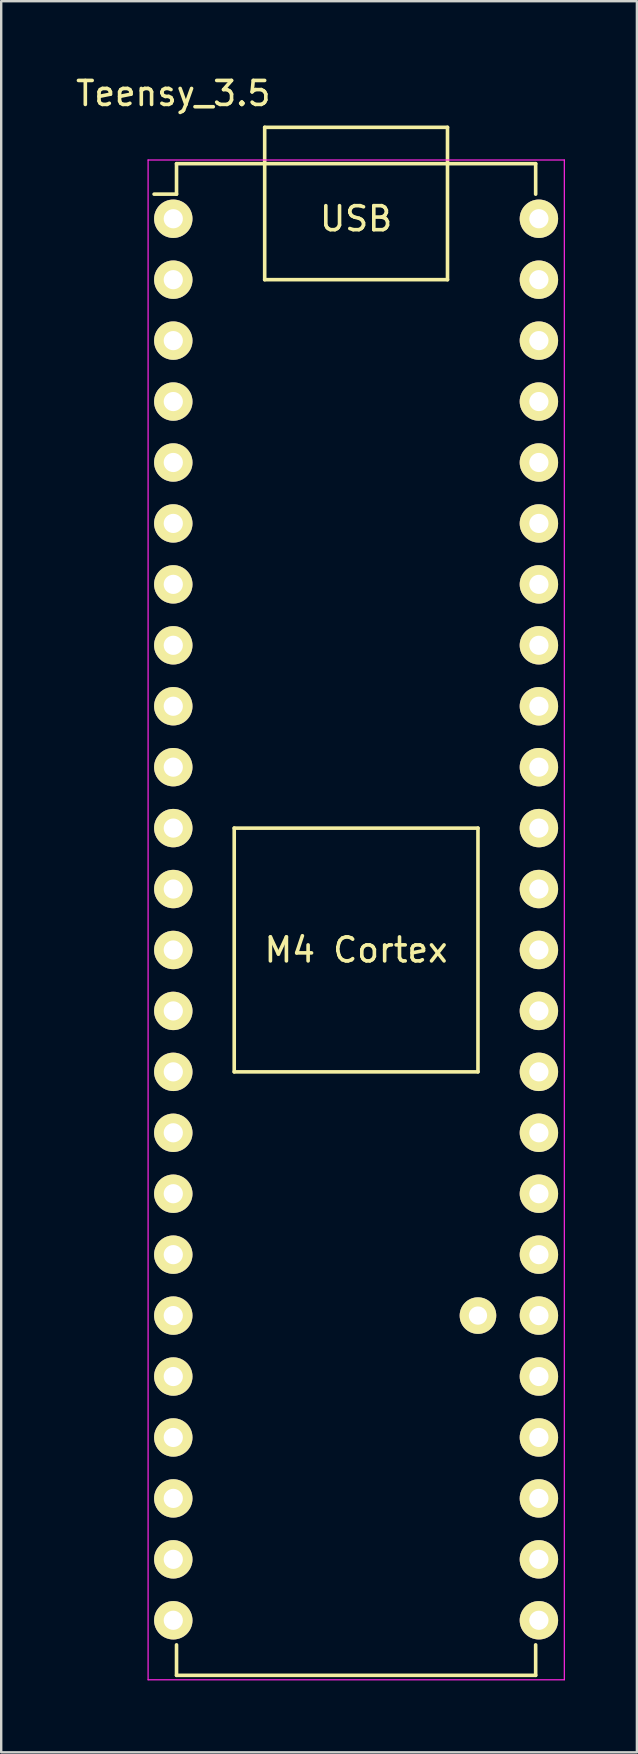
<source format=kicad_pcb>
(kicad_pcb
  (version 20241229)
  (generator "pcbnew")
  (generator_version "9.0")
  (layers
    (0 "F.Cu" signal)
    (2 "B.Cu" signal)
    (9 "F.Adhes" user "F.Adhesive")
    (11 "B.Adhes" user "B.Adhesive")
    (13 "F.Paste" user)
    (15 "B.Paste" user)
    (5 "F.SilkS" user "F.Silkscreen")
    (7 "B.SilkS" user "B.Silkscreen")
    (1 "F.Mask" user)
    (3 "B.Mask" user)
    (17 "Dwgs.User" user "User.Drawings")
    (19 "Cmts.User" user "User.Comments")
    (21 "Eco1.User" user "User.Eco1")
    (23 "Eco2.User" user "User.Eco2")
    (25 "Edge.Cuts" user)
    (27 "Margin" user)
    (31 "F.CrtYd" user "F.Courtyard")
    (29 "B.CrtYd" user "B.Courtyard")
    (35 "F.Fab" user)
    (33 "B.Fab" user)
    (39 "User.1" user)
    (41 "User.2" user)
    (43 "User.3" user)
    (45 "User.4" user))
  (footprint "Teensy_3.5"
    (layer "F.Cu")
    (at 4.173 6.068)
    (property "Reference" "Teensy_3.5" (at 0 -5.22 0) (layer "F.SilkS") (effects (font (size 1 1) (thickness 0.15))))
    (attr through_hole)
    (fp_line (start 0.135 -2.295) (end 0.135 -1.025) (stroke (width 0.15) (type solid)) (layer "F.SilkS"))
    (fp_line (start 0.135 -2.295) (end 15.105 -2.295) (stroke (width 0.15) (type solid)) (layer "F.SilkS"))
    (fp_line (start 0.135 -1.025) (end -0.8 -1.025) (stroke (width 0.15) (type solid)) (layer "F.SilkS"))
    (fp_line (start 0.135 60.715) (end 0.135 59.445) (stroke (width 0.15) (type solid)) (layer "F.SilkS"))
    (fp_line (start 0.135 60.715) (end 15.105 60.715) (stroke (width 0.15) (type solid)) (layer "F.SilkS"))
    (fp_line (start 2.54 25.4) (end 2.54 35.56) (stroke (width 0.15) (type solid)) (layer "F.SilkS"))
    (fp_line (start 2.54 35.56) (end 12.7 35.56) (stroke (width 0.15) (type solid)) (layer "F.SilkS"))
    (fp_line (start 3.81 -3.81) (end 3.81 2.54) (stroke (width 0.15) (type solid)) (layer "F.SilkS"))
    (fp_line (start 3.81 2.54) (end 11.43 2.54) (stroke (width 0.15) (type solid)) (layer "F.SilkS"))
    (fp_line (start 11.43 -3.81) (end 3.81 -3.81) (stroke (width 0.15) (type solid)) (layer "F.SilkS"))
    (fp_line (start 11.43 2.54) (end 11.43 -3.81) (stroke (width 0.15) (type solid)) (layer "F.SilkS"))
    (fp_line (start 12.7 25.4) (end 2.54 25.4) (stroke (width 0.15) (type solid)) (layer "F.SilkS"))
    (fp_line (start 12.7 25.4) (end 12.7 35.56) (stroke (width 0.15) (type solid)) (layer "F.SilkS"))
    (fp_line (start 15.105 -2.295) (end 15.105 -1.025) (stroke (width 0.15) (type solid)) (layer "F.SilkS"))
    (fp_line (start 15.105 60.715) (end 15.105 59.445) (stroke (width 0.15) (type solid)) (layer "F.SilkS"))
    (fp_line (start -1.05 -2.45) (end -1.05 60.9) (stroke (width 0.05) (type solid)) (layer "F.CrtYd"))
    (fp_line (start -1.05 -2.45) (end 16.3 -2.45) (stroke (width 0.05) (type solid)) (layer "F.CrtYd"))
    (fp_line (start -1.05 60.9) (end 16.3 60.9) (stroke (width 0.05) (type solid)) (layer "F.CrtYd"))
    (fp_line (start 16.3 -2.45) (end 16.3 60.9) (stroke (width 0.05) (type solid)) (layer "F.CrtYd"))
    (fp_text user "M4 Cortex" (at 7.62 30.48 0) (layer "F.SilkS") (effects (font (size 1 1) (thickness 0.15))))
    (fp_text user "USB" (at 7.62 0 0) (layer "F.SilkS") (effects (font (size 1 1) (thickness 0.15))))
    (pad "1" thru_hole oval (at 0 0) (size 1.6 1.6) (drill 0.8) (layers "*.Cu" "*.Mask" "F.SilkS"))
    (pad "2" thru_hole oval (at 0 2.54) (size 1.6 1.6) (drill 0.8) (layers "*.Cu" "*.Mask" "F.SilkS"))
    (pad "3" thru_hole oval (at 0 5.08) (size 1.6 1.6) (drill 0.8) (layers "*.Cu" "*.Mask" "F.SilkS"))
    (pad "4" thru_hole oval (at 0 7.62) (size 1.6 1.6) (drill 0.8) (layers "*.Cu" "*.Mask" "F.SilkS"))
    (pad "5" thru_hole oval (at 0 10.16) (size 1.6 1.6) (drill 0.8) (layers "*.Cu" "*.Mask" "F.SilkS"))
    (pad "6" thru_hole oval (at 0 12.7) (size 1.6 1.6) (drill 0.8) (layers "*.Cu" "*.Mask" "F.SilkS"))
    (pad "7" thru_hole oval (at 0 15.24) (size 1.6 1.6) (drill 0.8) (layers "*.Cu" "*.Mask" "F.SilkS"))
    (pad "8" thru_hole oval (at 0 17.78) (size 1.6 1.6) (drill 0.8) (layers "*.Cu" "*.Mask" "F.SilkS"))
    (pad "9" thru_hole oval (at 0 20.32) (size 1.6 1.6) (drill 0.8) (layers "*.Cu" "*.Mask" "F.SilkS"))
    (pad "10" thru_hole oval (at 0 22.86) (size 1.6 1.6) (drill 0.8) (layers "*.Cu" "*.Mask" "F.SilkS"))
    (pad "11" thru_hole oval (at 0 25.4) (size 1.6 1.6) (drill 0.8) (layers "*.Cu" "*.Mask" "F.SilkS"))
    (pad "12" thru_hole oval (at 0 27.94) (size 1.6 1.6) (drill 0.8) (layers "*.Cu" "*.Mask" "F.SilkS"))
    (pad "13" thru_hole oval (at 0 30.48) (size 1.6 1.6) (drill 0.8) (layers "*.Cu" "*.Mask" "F.SilkS"))
    (pad "14" thru_hole oval (at 0 33.02) (size 1.6 1.6) (drill 0.8) (layers "*.Cu" "*.Mask" "F.SilkS"))
    (pad "15" thru_hole oval (at 0 35.56) (size 1.6 1.6) (drill 0.8) (layers "*.Cu" "*.Mask" "F.SilkS"))
    (pad "16" thru_hole oval (at 0 38.1) (size 1.6 1.6) (drill 0.8) (layers "*.Cu" "*.Mask" "F.SilkS"))
    (pad "17" thru_hole oval (at 0 40.64) (size 1.6 1.6) (drill 0.8) (layers "*.Cu" "*.Mask" "F.SilkS"))
    (pad "18" thru_hole oval (at 0 43.18) (size 1.6 1.6) (drill 0.8) (layers "*.Cu" "*.Mask" "F.SilkS"))
    (pad "19" thru_hole oval (at 0 45.72) (size 1.6 1.6) (drill 0.8) (layers "*.Cu" "*.Mask" "F.SilkS"))
    (pad "20" thru_hole oval (at 0 48.26) (size 1.6 1.6) (drill 0.8) (layers "*.Cu" "*.Mask" "F.SilkS"))
    (pad "21" thru_hole oval (at 0 50.8) (size 1.6 1.6) (drill 0.8) (layers "*.Cu" "*.Mask" "F.SilkS"))
    (pad "22" thru_hole oval (at 0 53.34) (size 1.6 1.6) (drill 0.8) (layers "*.Cu" "*.Mask" "F.SilkS"))
    (pad "23" thru_hole oval (at 0 55.88) (size 1.6 1.6) (drill 0.8) (layers "*.Cu" "*.Mask" "F.SilkS"))
    (pad "24" thru_hole oval (at 0 58.42) (size 1.6 1.6) (drill 0.8) (layers "*.Cu" "*.Mask" "F.SilkS"))
    (pad "25" thru_hole oval (at 15.24 58.42) (size 1.6 1.6) (drill 0.8) (layers "*.Cu" "*.Mask" "F.SilkS"))
    (pad "26" thru_hole oval (at 15.24 55.88) (size 1.6 1.6) (drill 0.8) (layers "*.Cu" "*.Mask" "F.SilkS"))
    (pad "27" thru_hole oval (at 15.24 53.34) (size 1.6 1.6) (drill 0.8) (layers "*.Cu" "*.Mask" "F.SilkS"))
    (pad "28" thru_hole oval (at 15.24 50.8) (size 1.6 1.6) (drill 0.8) (layers "*.Cu" "*.Mask" "F.SilkS"))
    (pad "29" thru_hole oval (at 15.24 48.26) (size 1.6 1.6) (drill 0.8) (layers "*.Cu" "*.Mask" "F.SilkS"))
    (pad "30" thru_hole oval (at 15.24 45.72) (size 1.6 1.6) (drill 0.8) (layers "*.Cu" "*.Mask" "F.SilkS"))
    (pad "31" thru_hole oval (at 15.24 43.18) (size 1.6 1.6) (drill 0.8) (layers "*.Cu" "*.Mask" "F.SilkS"))
    (pad "32" thru_hole oval (at 15.24 40.64) (size 1.6 1.6) (drill 0.8) (layers "*.Cu" "*.Mask" "F.SilkS"))
    (pad "33" thru_hole oval (at 15.24 38.1) (size 1.6 1.6) (drill 0.8) (layers "*.Cu" "*.Mask" "F.SilkS"))
    (pad "34" thru_hole oval (at 15.24 35.56) (size 1.6 1.6) (drill 0.8) (layers "*.Cu" "*.Mask" "F.SilkS"))
    (pad "35" thru_hole oval (at 15.24 33.02) (size 1.6 1.6) (drill 0.8) (layers "*.Cu" "*.Mask" "F.SilkS"))
    (pad "36" thru_hole oval (at 15.24 30.48) (size 1.6 1.6) (drill 0.8) (layers "*.Cu" "*.Mask" "F.SilkS"))
    (pad "37" thru_hole oval (at 15.24 27.94) (size 1.6 1.6) (drill 0.8) (layers "*.Cu" "*.Mask" "F.SilkS"))
    (pad "38" thru_hole oval (at 15.24 25.4) (size 1.6 1.6) (drill 0.8) (layers "*.Cu" "*.Mask" "F.SilkS"))
    (pad "39" thru_hole oval (at 15.24 22.86) (size 1.6 1.6) (drill 0.8) (layers "*.Cu" "*.Mask" "F.SilkS"))
    (pad "40" thru_hole oval (at 15.24 20.32) (size 1.6 1.6) (drill 0.8) (layers "*.Cu" "*.Mask" "F.SilkS"))
    (pad "41" thru_hole oval (at 15.24 17.78) (size 1.6 1.6) (drill 0.8) (layers "*.Cu" "*.Mask" "F.SilkS"))
    (pad "42" thru_hole oval (at 15.24 15.24) (size 1.6 1.6) (drill 0.8) (layers "*.Cu" "*.Mask" "F.SilkS"))
    (pad "43" thru_hole oval (at 15.24 12.7) (size 1.6 1.6) (drill 0.8) (layers "*.Cu" "*.Mask" "F.SilkS"))
    (pad "44" thru_hole oval (at 15.24 10.16) (size 1.6 1.6) (drill 0.8) (layers "*.Cu" "*.Mask" "F.SilkS"))
    (pad "45" thru_hole oval (at 15.24 7.62) (size 1.6 1.6) (drill 0.8) (layers "*.Cu" "*.Mask" "F.SilkS"))
    (pad "46" thru_hole oval (at 15.24 5.08) (size 1.6 1.6) (drill 0.8) (layers "*.Cu" "*.Mask" "F.SilkS"))
    (pad "47" thru_hole oval (at 15.24 2.54) (size 1.6 1.6) (drill 0.8) (layers "*.Cu" "*.Mask" "F.SilkS"))
    (pad "48" thru_hole oval (at 15.24 0) (size 1.6 1.6) (drill 0.8) (layers "*.Cu" "*.Mask" "F.SilkS"))
    (pad "49" thru_hole circle (at 12.7 45.72) (size 1.524 1.524) (drill 0.762) (layers "*.Cu" "*.Mask" "F.SilkS")))
  (gr_rect
    (start -3 -3)
    (end 23.498 69.993)
    (stroke (width 0.1) (type default))
    (fill no)
    (layer "Edge.Cuts")))
</source>
